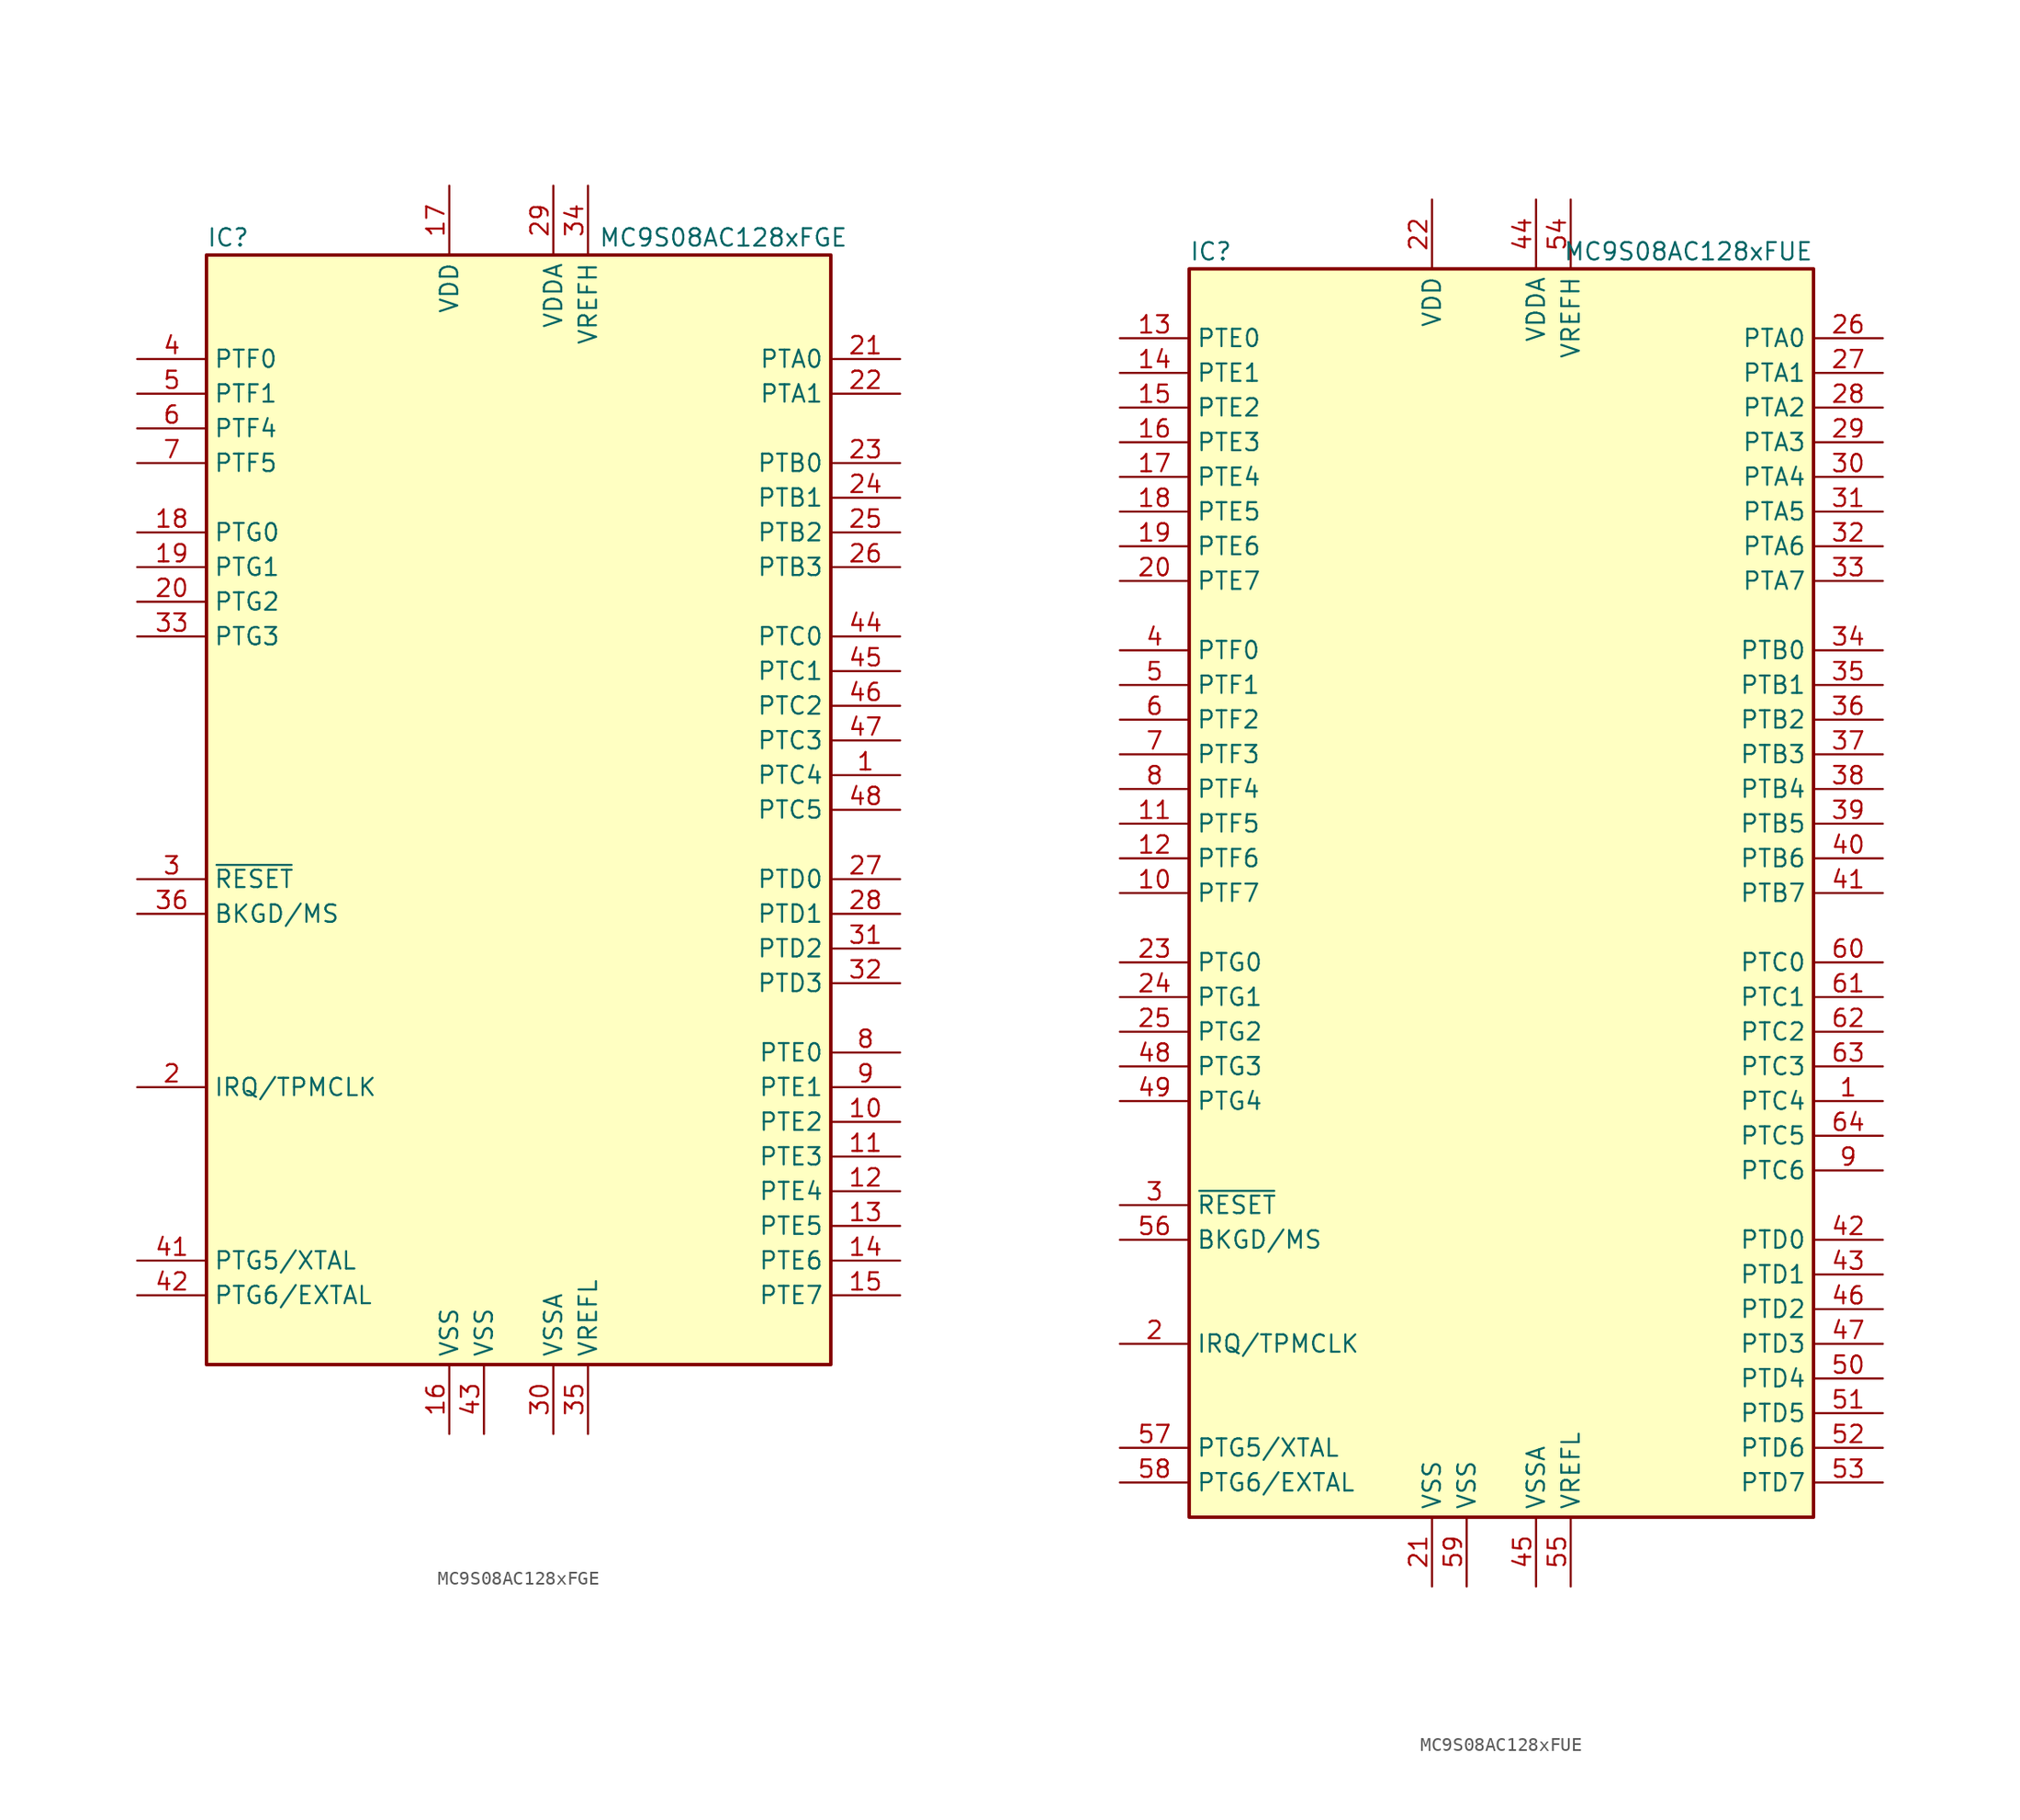
<source format=kicad_sym>
(kicad_symbol_lib
  (version 20241209)
  (generator "kicad_symbol_editor")
  (generator_version "9.0")
  (symbol "MC9S08AC128xFGE"
    (property "Reference" "IC"
      (at -22.86 41.91 0)
      (effects (font (size 1.27 1.27)) (justify left)))
    (property "Value" "MC9S08AC128xFGE"
      (at 24.13 41.91 0)
      (effects (font (size 1.27 1.27)) (justify right)))
    (symbol "MC9S08AC128xFGE_0_1"
      (rectangle (start -22.86 40.64) (end 22.86 -40.64) (stroke (width 0.254) (type default)) (fill (type background))))
    (symbol "MC9S08AC128xFGE_1_1"
      (pin bidirectional line (at -27.94 33.02 0) (length 5.08) (name "PTF0" (effects (font (size 1.27 1.27)))) (number "4" (effects (font (size 1.27 1.27)))))
      (pin bidirectional line (at -27.94 30.48 0) (length 5.08) (name "PTF1" (effects (font (size 1.27 1.27)))) (number "5" (effects (font (size 1.27 1.27)))))
      (pin bidirectional line (at -27.94 27.94 0) (length 5.08) (name "PTF4" (effects (font (size 1.27 1.27)))) (number "6" (effects (font (size 1.27 1.27)))))
      (pin bidirectional line (at -27.94 25.4 0) (length 5.08) (name "PTF5" (effects (font (size 1.27 1.27)))) (number "7" (effects (font (size 1.27 1.27)))))
      (pin bidirectional line (at -27.94 20.32 0) (length 5.08) (name "PTG0" (effects (font (size 1.27 1.27)))) (number "18" (effects (font (size 1.27 1.27)))))
      (pin bidirectional line (at -27.94 17.78 0) (length 5.08) (name "PTG1" (effects (font (size 1.27 1.27)))) (number "19" (effects (font (size 1.27 1.27)))))
      (pin bidirectional line (at -27.94 15.24 0) (length 5.08) (name "PTG2" (effects (font (size 1.27 1.27)))) (number "20" (effects (font (size 1.27 1.27)))))
      (pin bidirectional line (at -27.94 12.7 0) (length 5.08) (name "PTG3" (effects (font (size 1.27 1.27)))) (number "33" (effects (font (size 1.27 1.27)))))
      (pin input line (at -27.94 -5.08 0) (length 5.08) (name "~{RESET}" (effects (font (size 1.27 1.27)))) (number "3" (effects (font (size 1.27 1.27)))))
      (pin bidirectional line (at -27.94 -7.62 0) (length 5.08) (name "BKGD/MS" (effects (font (size 1.27 1.27)))) (number "36" (effects (font (size 1.27 1.27)))))
      (pin input line (at -27.94 -20.32 0) (length 5.08) (name "IRQ/TPMCLK" (effects (font (size 1.27 1.27)))) (number "2" (effects (font (size 1.27 1.27)))))
      (pin bidirectional line (at -27.94 -33.02 0) (length 5.08) (name "PTG5/XTAL" (effects (font (size 1.27 1.27)))) (number "41" (effects (font (size 1.27 1.27)))))
      (pin bidirectional line (at -27.94 -35.56 0) (length 5.08) (name "PTG6/EXTAL" (effects (font (size 1.27 1.27)))) (number "42" (effects (font (size 1.27 1.27)))))
      (pin power_in line (at -5.08 45.72 270) (length 5.08) (name "VDD" (effects (font (size 1.27 1.27)))) (number "17" (effects (font (size 1.27 1.27)))))
      (pin power_in line (at -5.08 -45.72 90) (length 5.08) (name "VSS" (effects (font (size 1.27 1.27)))) (number "16" (effects (font (size 1.27 1.27)))))
      (pin power_in line (at -2.54 -45.72 90) (length 5.08) (name "VSS" (effects (font (size 1.27 1.27)))) (number "43" (effects (font (size 1.27 1.27)))))
      (pin power_in line (at 2.54 45.72 270) (length 5.08) (name "VDDA" (effects (font (size 1.27 1.27)))) (number "29" (effects (font (size 1.27 1.27)))))
      (pin power_in line (at 2.54 -45.72 90) (length 5.08) (name "VSSA" (effects (font (size 1.27 1.27)))) (number "30" (effects (font (size 1.27 1.27)))))
      (pin power_in line (at 5.08 45.72 270) (length 5.08) (name "VREFH" (effects (font (size 1.27 1.27)))) (number "34" (effects (font (size 1.27 1.27)))))
      (pin power_in line (at 5.08 -45.72 90) (length 5.08) (name "VREFL" (effects (font (size 1.27 1.27)))) (number "35" (effects (font (size 1.27 1.27)))))
      (pin bidirectional line (at 27.94 33.02 180) (length 5.08) (name "PTA0" (effects (font (size 1.27 1.27)))) (number "21" (effects (font (size 1.27 1.27)))))
      (pin bidirectional line (at 27.94 30.48 180) (length 5.08) (name "PTA1" (effects (font (size 1.27 1.27)))) (number "22" (effects (font (size 1.27 1.27)))))
      (pin bidirectional line (at 27.94 25.4 180) (length 5.08) (name "PTB0" (effects (font (size 1.27 1.27)))) (number "23" (effects (font (size 1.27 1.27)))))
      (pin bidirectional line (at 27.94 22.86 180) (length 5.08) (name "PTB1" (effects (font (size 1.27 1.27)))) (number "24" (effects (font (size 1.27 1.27)))))
      (pin bidirectional line (at 27.94 20.32 180) (length 5.08) (name "PTB2" (effects (font (size 1.27 1.27)))) (number "25" (effects (font (size 1.27 1.27)))))
      (pin bidirectional line (at 27.94 17.78 180) (length 5.08) (name "PTB3" (effects (font (size 1.27 1.27)))) (number "26" (effects (font (size 1.27 1.27)))))
      (pin bidirectional line (at 27.94 12.7 180) (length 5.08) (name "PTC0" (effects (font (size 1.27 1.27)))) (number "44" (effects (font (size 1.27 1.27)))))
      (pin bidirectional line (at 27.94 10.16 180) (length 5.08) (name "PTC1" (effects (font (size 1.27 1.27)))) (number "45" (effects (font (size 1.27 1.27)))))
      (pin bidirectional line (at 27.94 7.62 180) (length 5.08) (name "PTC2" (effects (font (size 1.27 1.27)))) (number "46" (effects (font (size 1.27 1.27)))))
      (pin bidirectional line (at 27.94 5.08 180) (length 5.08) (name "PTC3" (effects (font (size 1.27 1.27)))) (number "47" (effects (font (size 1.27 1.27)))))
      (pin bidirectional line (at 27.94 2.54 180) (length 5.08) (name "PTC4" (effects (font (size 1.27 1.27)))) (number "1" (effects (font (size 1.27 1.27)))))
      (pin bidirectional line (at 27.94 0 180) (length 5.08) (name "PTC5" (effects (font (size 1.27 1.27)))) (number "48" (effects (font (size 1.27 1.27)))))
      (pin bidirectional line (at 27.94 -5.08 180) (length 5.08) (name "PTD0" (effects (font (size 1.27 1.27)))) (number "27" (effects (font (size 1.27 1.27)))))
      (pin bidirectional line (at 27.94 -7.62 180) (length 5.08) (name "PTD1" (effects (font (size 1.27 1.27)))) (number "28" (effects (font (size 1.27 1.27)))))
      (pin bidirectional line (at 27.94 -10.16 180) (length 5.08) (name "PTD2" (effects (font (size 1.27 1.27)))) (number "31" (effects (font (size 1.27 1.27)))))
      (pin bidirectional line (at 27.94 -12.7 180) (length 5.08) (name "PTD3" (effects (font (size 1.27 1.27)))) (number "32" (effects (font (size 1.27 1.27)))))
      (pin bidirectional line (at 27.94 -17.78 180) (length 5.08) (name "PTE0" (effects (font (size 1.27 1.27)))) (number "8" (effects (font (size 1.27 1.27)))))
      (pin bidirectional line (at 27.94 -20.32 180) (length 5.08) (name "PTE1" (effects (font (size 1.27 1.27)))) (number "9" (effects (font (size 1.27 1.27)))))
      (pin bidirectional line (at 27.94 -22.86 180) (length 5.08) (name "PTE2" (effects (font (size 1.27 1.27)))) (number "10" (effects (font (size 1.27 1.27)))))
      (pin bidirectional line (at 27.94 -25.4 180) (length 5.08) (name "PTE3" (effects (font (size 1.27 1.27)))) (number "11" (effects (font (size 1.27 1.27)))))
      (pin bidirectional line (at 27.94 -27.94 180) (length 5.08) (name "PTE4" (effects (font (size 1.27 1.27)))) (number "12" (effects (font (size 1.27 1.27)))))
      (pin bidirectional line (at 27.94 -30.48 180) (length 5.08) (name "PTE5" (effects (font (size 1.27 1.27)))) (number "13" (effects (font (size 1.27 1.27)))))
      (pin bidirectional line (at 27.94 -33.02 180) (length 5.08) (name "PTE6" (effects (font (size 1.27 1.27)))) (number "14" (effects (font (size 1.27 1.27)))))
      (pin bidirectional line (at 27.94 -35.56 180) (length 5.08) (name "PTE7" (effects (font (size 1.27 1.27)))) (number "15" (effects (font (size 1.27 1.27)))))))
  (symbol "MC9S08AC128xFUE"
    (property "Reference" "IC"
      (at -22.86 46.99 0)
      (effects (font (size 1.27 1.27)) (justify left)))
    (property "Value" "MC9S08AC128xFUE"
      (at 22.86 46.99 0)
      (effects (font (size 1.27 1.27)) (justify right)))
    (symbol "MC9S08AC128xFUE_0_1"
      (rectangle (start -22.86 45.72) (end 22.86 -45.72) (stroke (width 0.254) (type default)) (fill (type background))))
    (symbol "MC9S08AC128xFUE_1_1"
      (pin bidirectional line (at -27.94 40.64 0) (length 5.08) (name "PTE0" (effects (font (size 1.27 1.27)))) (number "13" (effects (font (size 1.27 1.27)))))
      (pin bidirectional line (at -27.94 38.1 0) (length 5.08) (name "PTE1" (effects (font (size 1.27 1.27)))) (number "14" (effects (font (size 1.27 1.27)))))
      (pin bidirectional line (at -27.94 35.56 0) (length 5.08) (name "PTE2" (effects (font (size 1.27 1.27)))) (number "15" (effects (font (size 1.27 1.27)))))
      (pin bidirectional line (at -27.94 33.02 0) (length 5.08) (name "PTE3" (effects (font (size 1.27 1.27)))) (number "16" (effects (font (size 1.27 1.27)))))
      (pin bidirectional line (at -27.94 30.48 0) (length 5.08) (name "PTE4" (effects (font (size 1.27 1.27)))) (number "17" (effects (font (size 1.27 1.27)))))
      (pin bidirectional line (at -27.94 27.94 0) (length 5.08) (name "PTE5" (effects (font (size 1.27 1.27)))) (number "18" (effects (font (size 1.27 1.27)))))
      (pin bidirectional line (at -27.94 25.4 0) (length 5.08) (name "PTE6" (effects (font (size 1.27 1.27)))) (number "19" (effects (font (size 1.27 1.27)))))
      (pin bidirectional line (at -27.94 22.86 0) (length 5.08) (name "PTE7" (effects (font (size 1.27 1.27)))) (number "20" (effects (font (size 1.27 1.27)))))
      (pin bidirectional line (at -27.94 17.78 0) (length 5.08) (name "PTF0" (effects (font (size 1.27 1.27)))) (number "4" (effects (font (size 1.27 1.27)))))
      (pin bidirectional line (at -27.94 15.24 0) (length 5.08) (name "PTF1" (effects (font (size 1.27 1.27)))) (number "5" (effects (font (size 1.27 1.27)))))
      (pin bidirectional line (at -27.94 12.7 0) (length 5.08) (name "PTF2" (effects (font (size 1.27 1.27)))) (number "6" (effects (font (size 1.27 1.27)))))
      (pin bidirectional line (at -27.94 10.16 0) (length 5.08) (name "PTF3" (effects (font (size 1.27 1.27)))) (number "7" (effects (font (size 1.27 1.27)))))
      (pin bidirectional line (at -27.94 7.62 0) (length 5.08) (name "PTF4" (effects (font (size 1.27 1.27)))) (number "8" (effects (font (size 1.27 1.27)))))
      (pin bidirectional line (at -27.94 5.08 0) (length 5.08) (name "PTF5" (effects (font (size 1.27 1.27)))) (number "11" (effects (font (size 1.27 1.27)))))
      (pin bidirectional line (at -27.94 2.54 0) (length 5.08) (name "PTF6" (effects (font (size 1.27 1.27)))) (number "12" (effects (font (size 1.27 1.27)))))
      (pin bidirectional line (at -27.94 0 0) (length 5.08) (name "PTF7" (effects (font (size 1.27 1.27)))) (number "10" (effects (font (size 1.27 1.27)))))
      (pin bidirectional line (at -27.94 -5.08 0) (length 5.08) (name "PTG0" (effects (font (size 1.27 1.27)))) (number "23" (effects (font (size 1.27 1.27)))))
      (pin bidirectional line (at -27.94 -7.62 0) (length 5.08) (name "PTG1" (effects (font (size 1.27 1.27)))) (number "24" (effects (font (size 1.27 1.27)))))
      (pin bidirectional line (at -27.94 -10.16 0) (length 5.08) (name "PTG2" (effects (font (size 1.27 1.27)))) (number "25" (effects (font (size 1.27 1.27)))))
      (pin bidirectional line (at -27.94 -12.7 0) (length 5.08) (name "PTG3" (effects (font (size 1.27 1.27)))) (number "48" (effects (font (size 1.27 1.27)))))
      (pin bidirectional line (at -27.94 -15.24 0) (length 5.08) (name "PTG4" (effects (font (size 1.27 1.27)))) (number "49" (effects (font (size 1.27 1.27)))))
      (pin input line (at -27.94 -22.86 0) (length 5.08) (name "~{RESET}" (effects (font (size 1.27 1.27)))) (number "3" (effects (font (size 1.27 1.27)))))
      (pin bidirectional line (at -27.94 -25.4 0) (length 5.08) (name "BKGD/MS" (effects (font (size 1.27 1.27)))) (number "56" (effects (font (size 1.27 1.27)))))
      (pin input line (at -27.94 -33.02 0) (length 5.08) (name "IRQ/TPMCLK" (effects (font (size 1.27 1.27)))) (number "2" (effects (font (size 1.27 1.27)))))
      (pin bidirectional line (at -27.94 -40.64 0) (length 5.08) (name "PTG5/XTAL" (effects (font (size 1.27 1.27)))) (number "57" (effects (font (size 1.27 1.27)))))
      (pin bidirectional line (at -27.94 -43.18 0) (length 5.08) (name "PTG6/EXTAL" (effects (font (size 1.27 1.27)))) (number "58" (effects (font (size 1.27 1.27)))))
      (pin power_in line (at -5.08 50.8 270) (length 5.08) (name "VDD" (effects (font (size 1.27 1.27)))) (number "22" (effects (font (size 1.27 1.27)))))
      (pin power_in line (at -5.08 -50.8 90) (length 5.08) (name "VSS" (effects (font (size 1.27 1.27)))) (number "21" (effects (font (size 1.27 1.27)))))
      (pin power_in line (at -2.54 -50.8 90) (length 5.08) (name "VSS" (effects (font (size 1.27 1.27)))) (number "59" (effects (font (size 1.27 1.27)))))
      (pin power_in line (at 2.54 50.8 270) (length 5.08) (name "VDDA" (effects (font (size 1.27 1.27)))) (number "44" (effects (font (size 1.27 1.27)))))
      (pin power_in line (at 2.54 -50.8 90) (length 5.08) (name "VSSA" (effects (font (size 1.27 1.27)))) (number "45" (effects (font (size 1.27 1.27)))))
      (pin power_in line (at 5.08 50.8 270) (length 5.08) (name "VREFH" (effects (font (size 1.27 1.27)))) (number "54" (effects (font (size 1.27 1.27)))))
      (pin power_in line (at 5.08 -50.8 90) (length 5.08) (name "VREFL" (effects (font (size 1.27 1.27)))) (number "55" (effects (font (size 1.27 1.27)))))
      (pin bidirectional line (at 27.94 40.64 180) (length 5.08) (name "PTA0" (effects (font (size 1.27 1.27)))) (number "26" (effects (font (size 1.27 1.27)))))
      (pin bidirectional line (at 27.94 38.1 180) (length 5.08) (name "PTA1" (effects (font (size 1.27 1.27)))) (number "27" (effects (font (size 1.27 1.27)))))
      (pin bidirectional line (at 27.94 35.56 180) (length 5.08) (name "PTA2" (effects (font (size 1.27 1.27)))) (number "28" (effects (font (size 1.27 1.27)))))
      (pin bidirectional line (at 27.94 33.02 180) (length 5.08) (name "PTA3" (effects (font (size 1.27 1.27)))) (number "29" (effects (font (size 1.27 1.27)))))
      (pin bidirectional line (at 27.94 30.48 180) (length 5.08) (name "PTA4" (effects (font (size 1.27 1.27)))) (number "30" (effects (font (size 1.27 1.27)))))
      (pin bidirectional line (at 27.94 27.94 180) (length 5.08) (name "PTA5" (effects (font (size 1.27 1.27)))) (number "31" (effects (font (size 1.27 1.27)))))
      (pin bidirectional line (at 27.94 25.4 180) (length 5.08) (name "PTA6" (effects (font (size 1.27 1.27)))) (number "32" (effects (font (size 1.27 1.27)))))
      (pin bidirectional line (at 27.94 22.86 180) (length 5.08) (name "PTA7" (effects (font (size 1.27 1.27)))) (number "33" (effects (font (size 1.27 1.27)))))
      (pin bidirectional line (at 27.94 17.78 180) (length 5.08) (name "PTB0" (effects (font (size 1.27 1.27)))) (number "34" (effects (font (size 1.27 1.27)))))
      (pin bidirectional line (at 27.94 15.24 180) (length 5.08) (name "PTB1" (effects (font (size 1.27 1.27)))) (number "35" (effects (font (size 1.27 1.27)))))
      (pin bidirectional line (at 27.94 12.7 180) (length 5.08) (name "PTB2" (effects (font (size 1.27 1.27)))) (number "36" (effects (font (size 1.27 1.27)))))
      (pin bidirectional line (at 27.94 10.16 180) (length 5.08) (name "PTB3" (effects (font (size 1.27 1.27)))) (number "37" (effects (font (size 1.27 1.27)))))
      (pin bidirectional line (at 27.94 7.62 180) (length 5.08) (name "PTB4" (effects (font (size 1.27 1.27)))) (number "38" (effects (font (size 1.27 1.27)))))
      (pin bidirectional line (at 27.94 5.08 180) (length 5.08) (name "PTB5" (effects (font (size 1.27 1.27)))) (number "39" (effects (font (size 1.27 1.27)))))
      (pin bidirectional line (at 27.94 2.54 180) (length 5.08) (name "PTB6" (effects (font (size 1.27 1.27)))) (number "40" (effects (font (size 1.27 1.27)))))
      (pin bidirectional line (at 27.94 0 180) (length 5.08) (name "PTB7" (effects (font (size 1.27 1.27)))) (number "41" (effects (font (size 1.27 1.27)))))
      (pin bidirectional line (at 27.94 -5.08 180) (length 5.08) (name "PTC0" (effects (font (size 1.27 1.27)))) (number "60" (effects (font (size 1.27 1.27)))))
      (pin bidirectional line (at 27.94 -7.62 180) (length 5.08) (name "PTC1" (effects (font (size 1.27 1.27)))) (number "61" (effects (font (size 1.27 1.27)))))
      (pin bidirectional line (at 27.94 -10.16 180) (length 5.08) (name "PTC2" (effects (font (size 1.27 1.27)))) (number "62" (effects (font (size 1.27 1.27)))))
      (pin bidirectional line (at 27.94 -12.7 180) (length 5.08) (name "PTC3" (effects (font (size 1.27 1.27)))) (number "63" (effects (font (size 1.27 1.27)))))
      (pin bidirectional line (at 27.94 -15.24 180) (length 5.08) (name "PTC4" (effects (font (size 1.27 1.27)))) (number "1" (effects (font (size 1.27 1.27)))))
      (pin bidirectional line (at 27.94 -17.78 180) (length 5.08) (name "PTC5" (effects (font (size 1.27 1.27)))) (number "64" (effects (font (size 1.27 1.27)))))
      (pin bidirectional line (at 27.94 -20.32 180) (length 5.08) (name "PTC6" (effects (font (size 1.27 1.27)))) (number "9" (effects (font (size 1.27 1.27)))))
      (pin bidirectional line (at 27.94 -25.4 180) (length 5.08) (name "PTD0" (effects (font (size 1.27 1.27)))) (number "42" (effects (font (size 1.27 1.27)))))
      (pin bidirectional line (at 27.94 -27.94 180) (length 5.08) (name "PTD1" (effects (font (size 1.27 1.27)))) (number "43" (effects (font (size 1.27 1.27)))))
      (pin bidirectional line (at 27.94 -30.48 180) (length 5.08) (name "PTD2" (effects (font (size 1.27 1.27)))) (number "46" (effects (font (size 1.27 1.27)))))
      (pin bidirectional line (at 27.94 -33.02 180) (length 5.08) (name "PTD3" (effects (font (size 1.27 1.27)))) (number "47" (effects (font (size 1.27 1.27)))))
      (pin bidirectional line (at 27.94 -35.56 180) (length 5.08) (name "PTD4" (effects (font (size 1.27 1.27)))) (number "50" (effects (font (size 1.27 1.27)))))
      (pin bidirectional line (at 27.94 -38.1 180) (length 5.08) (name "PTD5" (effects (font (size 1.27 1.27)))) (number "51" (effects (font (size 1.27 1.27)))))
      (pin bidirectional line (at 27.94 -40.64 180) (length 5.08) (name "PTD6" (effects (font (size 1.27 1.27)))) (number "52" (effects (font (size 1.27 1.27)))))
      (pin bidirectional line (at 27.94 -43.18 180) (length 5.08) (name "PTD7" (effects (font (size 1.27 1.27)))) (number "53" (effects (font (size 1.27 1.27))))))))
</source>
